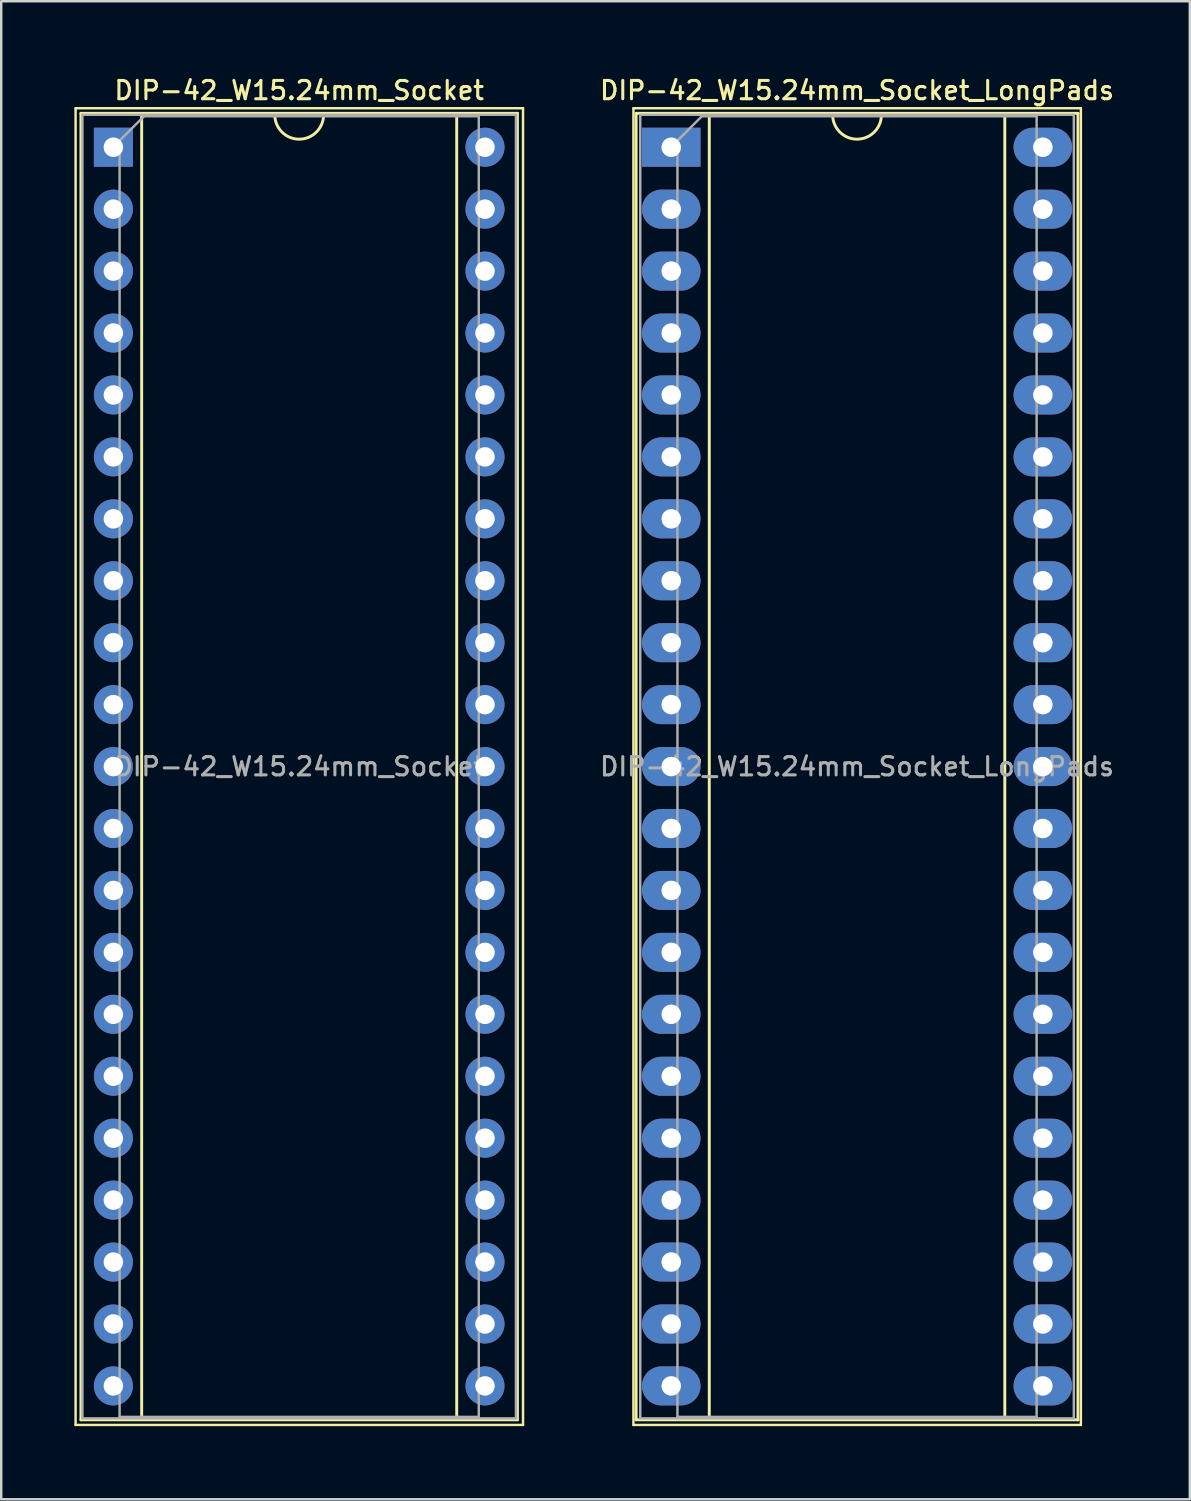
<source format=kicad_pcb>
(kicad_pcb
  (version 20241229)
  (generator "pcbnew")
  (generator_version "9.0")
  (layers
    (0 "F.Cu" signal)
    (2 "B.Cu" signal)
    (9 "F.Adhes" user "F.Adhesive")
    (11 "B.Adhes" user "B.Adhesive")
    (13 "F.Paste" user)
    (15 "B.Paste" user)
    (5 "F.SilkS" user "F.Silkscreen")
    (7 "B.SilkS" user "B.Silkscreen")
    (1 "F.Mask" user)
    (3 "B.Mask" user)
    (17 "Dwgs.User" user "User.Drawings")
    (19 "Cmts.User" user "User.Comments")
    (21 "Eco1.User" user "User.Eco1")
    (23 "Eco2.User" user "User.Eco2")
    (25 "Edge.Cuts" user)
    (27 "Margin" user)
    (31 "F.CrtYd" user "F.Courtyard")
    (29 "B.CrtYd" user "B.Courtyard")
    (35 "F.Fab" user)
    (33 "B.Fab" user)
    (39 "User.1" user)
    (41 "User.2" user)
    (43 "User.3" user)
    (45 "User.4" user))
  (footprint "DIP-42_W15.24mm_Socket"
    (layer "F.Cu")
    (at 1.6 2.988)
    (property "Reference" "DIP-42_W15.24mm_Socket" (at 7.62 -2.33 0) (layer "F.SilkS") (effects (font (size 0.75 0.75) (thickness 0.125))))
    (attr through_hole)
    (fp_line (start -1.55 -1.6) (end -1.55 52.4) (stroke (width 0.1) (type solid)) (layer "F.SilkS"))
    (fp_line (start -1.55 52.4) (end 16.8 52.4) (stroke (width 0.1) (type solid)) (layer "F.SilkS"))
    (fp_line (start -1.33 -1.39) (end -1.33 52.19) (stroke (width 0.12) (type solid)) (layer "F.SilkS"))
    (fp_line (start -1.33 52.19) (end 16.57 52.19) (stroke (width 0.12) (type solid)) (layer "F.SilkS"))
    (fp_line (start 1.16 -1.33) (end 1.16 52.13) (stroke (width 0.12) (type solid)) (layer "F.SilkS"))
    (fp_line (start 1.16 52.13) (end 14.08 52.13) (stroke (width 0.12) (type solid)) (layer "F.SilkS"))
    (fp_line (start 6.62 -1.33) (end 1.16 -1.33) (stroke (width 0.12) (type solid)) (layer "F.SilkS"))
    (fp_line (start 14.08 -1.33) (end 8.62 -1.33) (stroke (width 0.12) (type solid)) (layer "F.SilkS"))
    (fp_line (start 14.08 52.13) (end 14.08 -1.33) (stroke (width 0.12) (type solid)) (layer "F.SilkS"))
    (fp_line (start 16.57 -1.39) (end -1.33 -1.39) (stroke (width 0.12) (type solid)) (layer "F.SilkS"))
    (fp_line (start 16.57 52.19) (end 16.57 -1.39) (stroke (width 0.12) (type solid)) (layer "F.SilkS"))
    (fp_line (start 16.8 -1.6) (end -1.55 -1.6) (stroke (width 0.1) (type solid)) (layer "F.SilkS"))
    (fp_line (start 16.8 52.4) (end 16.8 -1.6) (stroke (width 0.1) (type solid)) (layer "F.SilkS"))
    (fp_arc (start 8.62 -1.33) (mid 7.62 -0.33) (end 6.62 -1.33) (stroke (width 0.12) (type solid)) (layer "F.SilkS"))
    (fp_line (start -1.27 -1.33) (end -1.27 52.13) (stroke (width 0.1) (type solid)) (layer "F.Fab"))
    (fp_line (start -1.27 52.13) (end 16.51 52.13) (stroke (width 0.1) (type solid)) (layer "F.Fab"))
    (fp_line (start 0.255 -0.27) (end 1.255 -1.27) (stroke (width 0.1) (type solid)) (layer "F.Fab"))
    (fp_line (start 0.255 52.07) (end 0.255 -0.27) (stroke (width 0.1) (type solid)) (layer "F.Fab"))
    (fp_line (start 1.255 -1.27) (end 14.985 -1.27) (stroke (width 0.1) (type solid)) (layer "F.Fab"))
    (fp_line (start 14.985 -1.27) (end 14.985 52.07) (stroke (width 0.1) (type solid)) (layer "F.Fab"))
    (fp_line (start 14.985 52.07) (end 0.255 52.07) (stroke (width 0.1) (type solid)) (layer "F.Fab"))
    (fp_line (start 16.51 -1.33) (end -1.27 -1.33) (stroke (width 0.1) (type solid)) (layer "F.Fab"))
    (fp_line (start 16.51 52.13) (end 16.51 -1.33) (stroke (width 0.1) (type solid)) (layer "F.Fab"))
    (fp_text user "${REFERENCE}" (at 7.62 25.4 0) (layer "F.Fab") (effects (font (size 0.75 0.75) (thickness 0.125))))
    (pad "1" thru_hole rect (at 0 0) (size 1.6 1.6) (drill 0.8) (layers "*.Cu" "*.Mask"))
    (pad "2" thru_hole oval (at 0 2.54) (size 1.6 1.6) (drill 0.8) (layers "*.Cu" "*.Mask"))
    (pad "3" thru_hole oval (at 0 5.08) (size 1.6 1.6) (drill 0.8) (layers "*.Cu" "*.Mask"))
    (pad "4" thru_hole oval (at 0 7.62) (size 1.6 1.6) (drill 0.8) (layers "*.Cu" "*.Mask"))
    (pad "5" thru_hole oval (at 0 10.16) (size 1.6 1.6) (drill 0.8) (layers "*.Cu" "*.Mask"))
    (pad "6" thru_hole oval (at 0 12.7) (size 1.6 1.6) (drill 0.8) (layers "*.Cu" "*.Mask"))
    (pad "7" thru_hole oval (at 0 15.24) (size 1.6 1.6) (drill 0.8) (layers "*.Cu" "*.Mask"))
    (pad "8" thru_hole oval (at 0 17.78) (size 1.6 1.6) (drill 0.8) (layers "*.Cu" "*.Mask"))
    (pad "9" thru_hole oval (at 0 20.32) (size 1.6 1.6) (drill 0.8) (layers "*.Cu" "*.Mask"))
    (pad "10" thru_hole oval (at 0 22.86) (size 1.6 1.6) (drill 0.8) (layers "*.Cu" "*.Mask"))
    (pad "11" thru_hole oval (at 0 25.4) (size 1.6 1.6) (drill 0.8) (layers "*.Cu" "*.Mask"))
    (pad "12" thru_hole oval (at 0 27.94) (size 1.6 1.6) (drill 0.8) (layers "*.Cu" "*.Mask"))
    (pad "13" thru_hole oval (at 0 30.48) (size 1.6 1.6) (drill 0.8) (layers "*.Cu" "*.Mask"))
    (pad "14" thru_hole oval (at 0 33.02) (size 1.6 1.6) (drill 0.8) (layers "*.Cu" "*.Mask"))
    (pad "15" thru_hole oval (at 0 35.56) (size 1.6 1.6) (drill 0.8) (layers "*.Cu" "*.Mask"))
    (pad "16" thru_hole oval (at 0 38.1) (size 1.6 1.6) (drill 0.8) (layers "*.Cu" "*.Mask"))
    (pad "17" thru_hole oval (at 0 40.64) (size 1.6 1.6) (drill 0.8) (layers "*.Cu" "*.Mask"))
    (pad "18" thru_hole oval (at 0 43.18) (size 1.6 1.6) (drill 0.8) (layers "*.Cu" "*.Mask"))
    (pad "19" thru_hole oval (at 0 45.72) (size 1.6 1.6) (drill 0.8) (layers "*.Cu" "*.Mask"))
    (pad "20" thru_hole oval (at 0 48.26) (size 1.6 1.6) (drill 0.8) (layers "*.Cu" "*.Mask"))
    (pad "21" thru_hole oval (at 0 50.8) (size 1.6 1.6) (drill 0.8) (layers "*.Cu" "*.Mask"))
    (pad "22" thru_hole oval (at 15.24 50.8) (size 1.6 1.6) (drill 0.8) (layers "*.Cu" "*.Mask"))
    (pad "23" thru_hole oval (at 15.24 48.26) (size 1.6 1.6) (drill 0.8) (layers "*.Cu" "*.Mask"))
    (pad "24" thru_hole oval (at 15.24 45.72) (size 1.6 1.6) (drill 0.8) (layers "*.Cu" "*.Mask"))
    (pad "25" thru_hole oval (at 15.24 43.18) (size 1.6 1.6) (drill 0.8) (layers "*.Cu" "*.Mask"))
    (pad "26" thru_hole oval (at 15.24 40.64) (size 1.6 1.6) (drill 0.8) (layers "*.Cu" "*.Mask"))
    (pad "27" thru_hole oval (at 15.24 38.1) (size 1.6 1.6) (drill 0.8) (layers "*.Cu" "*.Mask"))
    (pad "28" thru_hole oval (at 15.24 35.56) (size 1.6 1.6) (drill 0.8) (layers "*.Cu" "*.Mask"))
    (pad "29" thru_hole oval (at 15.24 33.02) (size 1.6 1.6) (drill 0.8) (layers "*.Cu" "*.Mask"))
    (pad "30" thru_hole oval (at 15.24 30.48) (size 1.6 1.6) (drill 0.8) (layers "*.Cu" "*.Mask"))
    (pad "31" thru_hole oval (at 15.24 27.94) (size 1.6 1.6) (drill 0.8) (layers "*.Cu" "*.Mask"))
    (pad "32" thru_hole oval (at 15.24 25.4) (size 1.6 1.6) (drill 0.8) (layers "*.Cu" "*.Mask"))
    (pad "33" thru_hole oval (at 15.24 22.86) (size 1.6 1.6) (drill 0.8) (layers "*.Cu" "*.Mask"))
    (pad "34" thru_hole oval (at 15.24 20.32) (size 1.6 1.6) (drill 0.8) (layers "*.Cu" "*.Mask"))
    (pad "35" thru_hole oval (at 15.24 17.78) (size 1.6 1.6) (drill 0.8) (layers "*.Cu" "*.Mask"))
    (pad "36" thru_hole oval (at 15.24 15.24) (size 1.6 1.6) (drill 0.8) (layers "*.Cu" "*.Mask"))
    (pad "37" thru_hole oval (at 15.24 12.7) (size 1.6 1.6) (drill 0.8) (layers "*.Cu" "*.Mask"))
    (pad "38" thru_hole oval (at 15.24 10.16) (size 1.6 1.6) (drill 0.8) (layers "*.Cu" "*.Mask"))
    (pad "39" thru_hole oval (at 15.24 7.62) (size 1.6 1.6) (drill 0.8) (layers "*.Cu" "*.Mask"))
    (pad "40" thru_hole oval (at 15.24 5.08) (size 1.6 1.6) (drill 0.8) (layers "*.Cu" "*.Mask"))
    (pad "41" thru_hole oval (at 15.24 2.54) (size 1.6 1.6) (drill 0.8) (layers "*.Cu" "*.Mask"))
    (pad "42" thru_hole oval (at 15.24 0) (size 1.6 1.6) (drill 0.8) (layers "*.Cu" "*.Mask")))
  (footprint "DIP-42_W15.24mm_Socket_LongPads"
    (layer "F.Cu")
    (at 24.478 2.988)
    (property "Reference" "DIP-42_W15.24mm_Socket_LongPads" (at 7.62 -2.33 0) (layer "F.SilkS") (effects (font (size 0.75 0.75) (thickness 0.125))))
    (attr through_hole)
    (fp_line (start -1.55 -1.6) (end -1.55 52.4) (stroke (width 0.1) (type solid)) (layer "F.SilkS"))
    (fp_line (start -1.55 52.4) (end 16.8 52.4) (stroke (width 0.1) (type solid)) (layer "F.SilkS"))
    (fp_line (start -1.44 -1.39) (end -1.44 52.19) (stroke (width 0.12) (type solid)) (layer "F.SilkS"))
    (fp_line (start -1.44 52.19) (end 16.68 52.19) (stroke (width 0.12) (type solid)) (layer "F.SilkS"))
    (fp_line (start 1.56 -1.33) (end 1.56 52.13) (stroke (width 0.12) (type solid)) (layer "F.SilkS"))
    (fp_line (start 1.56 52.13) (end 13.68 52.13) (stroke (width 0.12) (type solid)) (layer "F.SilkS"))
    (fp_line (start 6.62 -1.33) (end 1.56 -1.33) (stroke (width 0.12) (type solid)) (layer "F.SilkS"))
    (fp_line (start 13.68 -1.33) (end 8.62 -1.33) (stroke (width 0.12) (type solid)) (layer "F.SilkS"))
    (fp_line (start 13.68 52.13) (end 13.68 -1.33) (stroke (width 0.12) (type solid)) (layer "F.SilkS"))
    (fp_line (start 16.68 -1.39) (end -1.44 -1.39) (stroke (width 0.12) (type solid)) (layer "F.SilkS"))
    (fp_line (start 16.68 52.19) (end 16.68 -1.39) (stroke (width 0.12) (type solid)) (layer "F.SilkS"))
    (fp_line (start 16.8 -1.6) (end -1.55 -1.6) (stroke (width 0.1) (type solid)) (layer "F.SilkS"))
    (fp_line (start 16.8 52.4) (end 16.8 -1.6) (stroke (width 0.1) (type solid)) (layer "F.SilkS"))
    (fp_arc (start 8.62 -1.33) (mid 7.62 -0.33) (end 6.62 -1.33) (stroke (width 0.12) (type solid)) (layer "F.SilkS"))
    (fp_line (start -1.27 -1.33) (end -1.27 52.13) (stroke (width 0.1) (type solid)) (layer "F.Fab"))
    (fp_line (start -1.27 52.13) (end 16.51 52.13) (stroke (width 0.1) (type solid)) (layer "F.Fab"))
    (fp_line (start 0.255 -0.27) (end 1.255 -1.27) (stroke (width 0.1) (type solid)) (layer "F.Fab"))
    (fp_line (start 0.255 52.07) (end 0.255 -0.27) (stroke (width 0.1) (type solid)) (layer "F.Fab"))
    (fp_line (start 1.255 -1.27) (end 14.985 -1.27) (stroke (width 0.1) (type solid)) (layer "F.Fab"))
    (fp_line (start 14.985 -1.27) (end 14.985 52.07) (stroke (width 0.1) (type solid)) (layer "F.Fab"))
    (fp_line (start 14.985 52.07) (end 0.255 52.07) (stroke (width 0.1) (type solid)) (layer "F.Fab"))
    (fp_line (start 16.51 -1.33) (end -1.27 -1.33) (stroke (width 0.1) (type solid)) (layer "F.Fab"))
    (fp_line (start 16.51 52.13) (end 16.51 -1.33) (stroke (width 0.1) (type solid)) (layer "F.Fab"))
    (fp_text user "${REFERENCE}" (at 7.62 25.4 0) (layer "F.Fab") (effects (font (size 0.75 0.75) (thickness 0.125))))
    (pad "1" thru_hole rect (at 0 0) (size 2.4 1.6) (drill 0.8) (layers "*.Cu" "*.Mask"))
    (pad "2" thru_hole oval (at 0 2.54) (size 2.4 1.6) (drill 0.8) (layers "*.Cu" "*.Mask"))
    (pad "3" thru_hole oval (at 0 5.08) (size 2.4 1.6) (drill 0.8) (layers "*.Cu" "*.Mask"))
    (pad "4" thru_hole oval (at 0 7.62) (size 2.4 1.6) (drill 0.8) (layers "*.Cu" "*.Mask"))
    (pad "5" thru_hole oval (at 0 10.16) (size 2.4 1.6) (drill 0.8) (layers "*.Cu" "*.Mask"))
    (pad "6" thru_hole oval (at 0 12.7) (size 2.4 1.6) (drill 0.8) (layers "*.Cu" "*.Mask"))
    (pad "7" thru_hole oval (at 0 15.24) (size 2.4 1.6) (drill 0.8) (layers "*.Cu" "*.Mask"))
    (pad "8" thru_hole oval (at 0 17.78) (size 2.4 1.6) (drill 0.8) (layers "*.Cu" "*.Mask"))
    (pad "9" thru_hole oval (at 0 20.32) (size 2.4 1.6) (drill 0.8) (layers "*.Cu" "*.Mask"))
    (pad "10" thru_hole oval (at 0 22.86) (size 2.4 1.6) (drill 0.8) (layers "*.Cu" "*.Mask"))
    (pad "11" thru_hole oval (at 0 25.4) (size 2.4 1.6) (drill 0.8) (layers "*.Cu" "*.Mask"))
    (pad "12" thru_hole oval (at 0 27.94) (size 2.4 1.6) (drill 0.8) (layers "*.Cu" "*.Mask"))
    (pad "13" thru_hole oval (at 0 30.48) (size 2.4 1.6) (drill 0.8) (layers "*.Cu" "*.Mask"))
    (pad "14" thru_hole oval (at 0 33.02) (size 2.4 1.6) (drill 0.8) (layers "*.Cu" "*.Mask"))
    (pad "15" thru_hole oval (at 0 35.56) (size 2.4 1.6) (drill 0.8) (layers "*.Cu" "*.Mask"))
    (pad "16" thru_hole oval (at 0 38.1) (size 2.4 1.6) (drill 0.8) (layers "*.Cu" "*.Mask"))
    (pad "17" thru_hole oval (at 0 40.64) (size 2.4 1.6) (drill 0.8) (layers "*.Cu" "*.Mask"))
    (pad "18" thru_hole oval (at 0 43.18) (size 2.4 1.6) (drill 0.8) (layers "*.Cu" "*.Mask"))
    (pad "19" thru_hole oval (at 0 45.72) (size 2.4 1.6) (drill 0.8) (layers "*.Cu" "*.Mask"))
    (pad "20" thru_hole oval (at 0 48.26) (size 2.4 1.6) (drill 0.8) (layers "*.Cu" "*.Mask"))
    (pad "21" thru_hole oval (at 0 50.8) (size 2.4 1.6) (drill 0.8) (layers "*.Cu" "*.Mask"))
    (pad "22" thru_hole oval (at 15.24 50.8) (size 2.4 1.6) (drill 0.8) (layers "*.Cu" "*.Mask"))
    (pad "23" thru_hole oval (at 15.24 48.26) (size 2.4 1.6) (drill 0.8) (layers "*.Cu" "*.Mask"))
    (pad "24" thru_hole oval (at 15.24 45.72) (size 2.4 1.6) (drill 0.8) (layers "*.Cu" "*.Mask"))
    (pad "25" thru_hole oval (at 15.24 43.18) (size 2.4 1.6) (drill 0.8) (layers "*.Cu" "*.Mask"))
    (pad "26" thru_hole oval (at 15.24 40.64) (size 2.4 1.6) (drill 0.8) (layers "*.Cu" "*.Mask"))
    (pad "27" thru_hole oval (at 15.24 38.1) (size 2.4 1.6) (drill 0.8) (layers "*.Cu" "*.Mask"))
    (pad "28" thru_hole oval (at 15.24 35.56) (size 2.4 1.6) (drill 0.8) (layers "*.Cu" "*.Mask"))
    (pad "29" thru_hole oval (at 15.24 33.02) (size 2.4 1.6) (drill 0.8) (layers "*.Cu" "*.Mask"))
    (pad "30" thru_hole oval (at 15.24 30.48) (size 2.4 1.6) (drill 0.8) (layers "*.Cu" "*.Mask"))
    (pad "31" thru_hole oval (at 15.24 27.94) (size 2.4 1.6) (drill 0.8) (layers "*.Cu" "*.Mask"))
    (pad "32" thru_hole oval (at 15.24 25.4) (size 2.4 1.6) (drill 0.8) (layers "*.Cu" "*.Mask"))
    (pad "33" thru_hole oval (at 15.24 22.86) (size 2.4 1.6) (drill 0.8) (layers "*.Cu" "*.Mask"))
    (pad "34" thru_hole oval (at 15.24 20.32) (size 2.4 1.6) (drill 0.8) (layers "*.Cu" "*.Mask"))
    (pad "35" thru_hole oval (at 15.24 17.78) (size 2.4 1.6) (drill 0.8) (layers "*.Cu" "*.Mask"))
    (pad "36" thru_hole oval (at 15.24 15.24) (size 2.4 1.6) (drill 0.8) (layers "*.Cu" "*.Mask"))
    (pad "37" thru_hole oval (at 15.24 12.7) (size 2.4 1.6) (drill 0.8) (layers "*.Cu" "*.Mask"))
    (pad "38" thru_hole oval (at 15.24 10.16) (size 2.4 1.6) (drill 0.8) (layers "*.Cu" "*.Mask"))
    (pad "39" thru_hole oval (at 15.24 7.62) (size 2.4 1.6) (drill 0.8) (layers "*.Cu" "*.Mask"))
    (pad "40" thru_hole oval (at 15.24 5.08) (size 2.4 1.6) (drill 0.8) (layers "*.Cu" "*.Mask"))
    (pad "41" thru_hole oval (at 15.24 2.54) (size 2.4 1.6) (drill 0.8) (layers "*.Cu" "*.Mask"))
    (pad "42" thru_hole oval (at 15.24 0) (size 2.4 1.6) (drill 0.8) (layers "*.Cu" "*.Mask")))
  (gr_rect
    (start -3 -3)
    (end 45.746 58.438)
    (stroke (width 0.1) (type default))
    (fill no)
    (layer "Edge.Cuts")))
</source>
